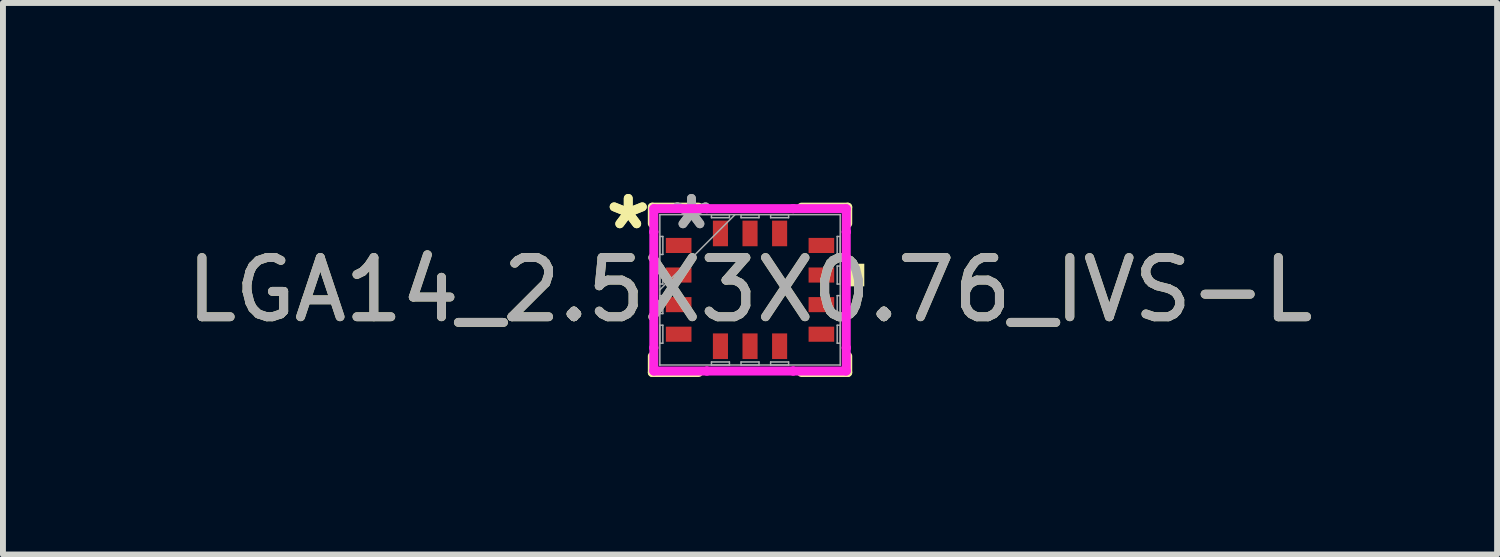
<source format=kicad_pcb>
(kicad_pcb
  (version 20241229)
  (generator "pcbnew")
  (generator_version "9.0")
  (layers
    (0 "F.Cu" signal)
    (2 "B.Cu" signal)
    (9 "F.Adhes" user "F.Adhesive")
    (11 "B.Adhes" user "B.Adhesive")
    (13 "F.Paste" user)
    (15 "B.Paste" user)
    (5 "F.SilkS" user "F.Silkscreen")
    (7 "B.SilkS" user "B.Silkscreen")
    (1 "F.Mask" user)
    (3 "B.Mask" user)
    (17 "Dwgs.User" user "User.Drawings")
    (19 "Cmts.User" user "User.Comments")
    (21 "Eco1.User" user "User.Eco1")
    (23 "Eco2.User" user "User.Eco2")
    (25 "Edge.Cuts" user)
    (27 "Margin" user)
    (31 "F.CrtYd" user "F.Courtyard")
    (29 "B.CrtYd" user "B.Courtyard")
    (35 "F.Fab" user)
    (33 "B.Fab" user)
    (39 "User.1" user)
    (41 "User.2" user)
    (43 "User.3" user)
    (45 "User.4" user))
  (footprint "LGA14_2.5X3X0.76_IVS-L"
    (layer "F.Cu")
    (at 9.625 1.848)
    (property "Reference" "LGA14_2.5X3X0.76_IVS-L" (at 0 0 0) (unlocked yes) (layer "F.SilkS") (effects (font (size 1 1) (thickness 0.15))))
    (attr smd)
    (fp_line (start -1.651 -1.397) (end -1.651 -1.12) (stroke (width 0.152) (type solid)) (layer "F.SilkS"))
    (fp_line (start -1.651 1.12) (end -1.651 1.397) (stroke (width 0.152) (type solid)) (layer "F.SilkS"))
    (fp_line (start -1.651 1.397) (end -0.87 1.397) (stroke (width 0.152) (type solid)) (layer "F.SilkS"))
    (fp_line (start -0.87 -1.397) (end -1.651 -1.397) (stroke (width 0.152) (type solid)) (layer "F.SilkS"))
    (fp_line (start 0.87 1.397) (end 1.651 1.397) (stroke (width 0.152) (type solid)) (layer "F.SilkS"))
    (fp_line (start 1.651 -1.397) (end 0.87 -1.397) (stroke (width 0.152) (type solid)) (layer "F.SilkS"))
    (fp_line (start 1.651 -1.12) (end 1.651 -1.397) (stroke (width 0.152) (type solid)) (layer "F.SilkS"))
    (fp_line (start 1.651 1.397) (end 1.651 1.12) (stroke (width 0.152) (type solid)) (layer "F.SilkS"))
    (fp_poly (pts (xy 1.931 -0.441) (xy 1.931 -0.059) (xy 1.677 -0.059) (xy 1.677 -0.441)) (stroke (width 0) (type solid)) (fill yes) (layer "F.SilkS"))
    (fp_line (start -1.626 -1.372) (end -0.729 -1.372) (stroke (width 0.152) (type solid)) (layer "F.CrtYd"))
    (fp_line (start -1.626 -0.979) (end -1.626 -1.372) (stroke (width 0.152) (type solid)) (layer "F.CrtYd"))
    (fp_line (start -1.626 -0.979) (end -1.626 -0.979) (stroke (width 0.152) (type solid)) (layer "F.CrtYd"))
    (fp_line (start -1.626 0.979) (end -1.626 -0.979) (stroke (width 0.152) (type solid)) (layer "F.CrtYd"))
    (fp_line (start -1.626 0.979) (end -1.626 0.979) (stroke (width 0.152) (type solid)) (layer "F.CrtYd"))
    (fp_line (start -1.626 1.372) (end -1.626 0.979) (stroke (width 0.152) (type solid)) (layer "F.CrtYd"))
    (fp_line (start -0.729 -1.372) (end -0.729 -1.372) (stroke (width 0.152) (type solid)) (layer "F.CrtYd"))
    (fp_line (start -0.729 -1.372) (end 0.729 -1.372) (stroke (width 0.152) (type solid)) (layer "F.CrtYd"))
    (fp_line (start -0.729 1.372) (end -1.626 1.372) (stroke (width 0.152) (type solid)) (layer "F.CrtYd"))
    (fp_line (start -0.729 1.372) (end -0.729 1.372) (stroke (width 0.152) (type solid)) (layer "F.CrtYd"))
    (fp_line (start 0.729 -1.372) (end 0.729 -1.372) (stroke (width 0.152) (type solid)) (layer "F.CrtYd"))
    (fp_line (start 0.729 -1.372) (end 1.626 -1.372) (stroke (width 0.152) (type solid)) (layer "F.CrtYd"))
    (fp_line (start 0.729 1.372) (end -0.729 1.372) (stroke (width 0.152) (type solid)) (layer "F.CrtYd"))
    (fp_line (start 0.729 1.372) (end 0.729 1.372) (stroke (width 0.152) (type solid)) (layer "F.CrtYd"))
    (fp_line (start 1.626 -1.372) (end 1.626 -0.979) (stroke (width 0.152) (type solid)) (layer "F.CrtYd"))
    (fp_line (start 1.626 -0.979) (end 1.626 -0.979) (stroke (width 0.152) (type solid)) (layer "F.CrtYd"))
    (fp_line (start 1.626 -0.979) (end 1.626 0.979) (stroke (width 0.152) (type solid)) (layer "F.CrtYd"))
    (fp_line (start 1.626 0.979) (end 1.626 0.979) (stroke (width 0.152) (type solid)) (layer "F.CrtYd"))
    (fp_line (start 1.626 0.979) (end 1.626 1.372) (stroke (width 0.152) (type solid)) (layer "F.CrtYd"))
    (fp_line (start 1.626 1.372) (end 0.729 1.372) (stroke (width 0.152) (type solid)) (layer "F.CrtYd"))
    (fp_line (start -1.524 -1.27) (end -1.524 -1.27) (stroke (width 0.025) (type solid)) (layer "F.Fab"))
    (fp_line (start -1.524 -1.27) (end -1.524 1.27) (stroke (width 0.025) (type solid)) (layer "F.Fab"))
    (fp_line (start -1.524 -0.902) (end -1.473 -0.902) (stroke (width 0.025) (type solid)) (layer "F.Fab"))
    (fp_line (start -1.524 -0.598) (end -1.524 -0.902) (stroke (width 0.025) (type solid)) (layer "F.Fab"))
    (fp_line (start -1.524 -0.402) (end -1.473 -0.402) (stroke (width 0.025) (type solid)) (layer "F.Fab"))
    (fp_line (start -1.524 -0.098) (end -1.524 -0.402) (stroke (width 0.025) (type solid)) (layer "F.Fab"))
    (fp_line (start -1.524 0) (end -0.254 -1.27) (stroke (width 0.025) (type solid)) (layer "F.Fab"))
    (fp_line (start -1.524 0.098) (end -1.473 0.098) (stroke (width 0.025) (type solid)) (layer "F.Fab"))
    (fp_line (start -1.524 0.402) (end -1.524 0.098) (stroke (width 0.025) (type solid)) (layer "F.Fab"))
    (fp_line (start -1.524 0.598) (end -1.473 0.598) (stroke (width 0.025) (type solid)) (layer "F.Fab"))
    (fp_line (start -1.524 0.902) (end -1.524 0.598) (stroke (width 0.025) (type solid)) (layer "F.Fab"))
    (fp_line (start -1.524 1.27) (end -1.524 1.27) (stroke (width 0.025) (type solid)) (layer "F.Fab"))
    (fp_line (start -1.524 1.27) (end 1.524 1.27) (stroke (width 0.025) (type solid)) (layer "F.Fab"))
    (fp_line (start -1.473 -0.902) (end -1.473 -0.598) (stroke (width 0.025) (type solid)) (layer "F.Fab"))
    (fp_line (start -1.473 -0.598) (end -1.524 -0.598) (stroke (width 0.025) (type solid)) (layer "F.Fab"))
    (fp_line (start -1.473 -0.402) (end -1.473 -0.098) (stroke (width 0.025) (type solid)) (layer "F.Fab"))
    (fp_line (start -1.473 -0.098) (end -1.524 -0.098) (stroke (width 0.025) (type solid)) (layer "F.Fab"))
    (fp_line (start -1.473 0.098) (end -1.473 0.402) (stroke (width 0.025) (type solid)) (layer "F.Fab"))
    (fp_line (start -1.473 0.402) (end -1.524 0.402) (stroke (width 0.025) (type solid)) (layer "F.Fab"))
    (fp_line (start -1.473 0.598) (end -1.473 0.902) (stroke (width 0.025) (type solid)) (layer "F.Fab"))
    (fp_line (start -1.473 0.902) (end -1.524 0.902) (stroke (width 0.025) (type solid)) (layer "F.Fab"))
    (fp_line (start -0.652 -1.27) (end -0.348 -1.27) (stroke (width 0.025) (type solid)) (layer "F.Fab"))
    (fp_line (start -0.652 -1.219) (end -0.652 -1.27) (stroke (width 0.025) (type solid)) (layer "F.Fab"))
    (fp_line (start -0.652 1.219) (end -0.348 1.219) (stroke (width 0.025) (type solid)) (layer "F.Fab"))
    (fp_line (start -0.652 1.27) (end -0.652 1.219) (stroke (width 0.025) (type solid)) (layer "F.Fab"))
    (fp_line (start -0.348 -1.27) (end -0.348 -1.219) (stroke (width 0.025) (type solid)) (layer "F.Fab"))
    (fp_line (start -0.348 -1.219) (end -0.652 -1.219) (stroke (width 0.025) (type solid)) (layer "F.Fab"))
    (fp_line (start -0.348 1.219) (end -0.348 1.27) (stroke (width 0.025) (type solid)) (layer "F.Fab"))
    (fp_line (start -0.348 1.27) (end -0.652 1.27) (stroke (width 0.025) (type solid)) (layer "F.Fab"))
    (fp_line (start -0.152 -1.27) (end 0.152 -1.27) (stroke (width 0.025) (type solid)) (layer "F.Fab"))
    (fp_line (start -0.152 -1.219) (end -0.152 -1.27) (stroke (width 0.025) (type solid)) (layer "F.Fab"))
    (fp_line (start -0.152 1.219) (end 0.152 1.219) (stroke (width 0.025) (type solid)) (layer "F.Fab"))
    (fp_line (start -0.152 1.27) (end -0.152 1.219) (stroke (width 0.025) (type solid)) (layer "F.Fab"))
    (fp_line (start 0.152 -1.27) (end 0.152 -1.219) (stroke (width 0.025) (type solid)) (layer "F.Fab"))
    (fp_line (start 0.152 -1.219) (end -0.152 -1.219) (stroke (width 0.025) (type solid)) (layer "F.Fab"))
    (fp_line (start 0.152 1.219) (end 0.152 1.27) (stroke (width 0.025) (type solid)) (layer "F.Fab"))
    (fp_line (start 0.152 1.27) (end -0.152 1.27) (stroke (width 0.025) (type solid)) (layer "F.Fab"))
    (fp_line (start 0.348 -1.27) (end 0.652 -1.27) (stroke (width 0.025) (type solid)) (layer "F.Fab"))
    (fp_line (start 0.348 -1.219) (end 0.348 -1.27) (stroke (width 0.025) (type solid)) (layer "F.Fab"))
    (fp_line (start 0.348 1.219) (end 0.652 1.219) (stroke (width 0.025) (type solid)) (layer "F.Fab"))
    (fp_line (start 0.348 1.27) (end 0.348 1.219) (stroke (width 0.025) (type solid)) (layer "F.Fab"))
    (fp_line (start 0.652 -1.27) (end 0.652 -1.219) (stroke (width 0.025) (type solid)) (layer "F.Fab"))
    (fp_line (start 0.652 -1.219) (end 0.348 -1.219) (stroke (width 0.025) (type solid)) (layer "F.Fab"))
    (fp_line (start 0.652 1.219) (end 0.652 1.27) (stroke (width 0.025) (type solid)) (layer "F.Fab"))
    (fp_line (start 0.652 1.27) (end 0.348 1.27) (stroke (width 0.025) (type solid)) (layer "F.Fab"))
    (fp_line (start 1.473 -0.902) (end 1.524 -0.902) (stroke (width 0.025) (type solid)) (layer "F.Fab"))
    (fp_line (start 1.473 -0.598) (end 1.473 -0.902) (stroke (width 0.025) (type solid)) (layer "F.Fab"))
    (fp_line (start 1.473 -0.402) (end 1.524 -0.402) (stroke (width 0.025) (type solid)) (layer "F.Fab"))
    (fp_line (start 1.473 -0.098) (end 1.473 -0.402) (stroke (width 0.025) (type solid)) (layer "F.Fab"))
    (fp_line (start 1.473 0.098) (end 1.524 0.098) (stroke (width 0.025) (type solid)) (layer "F.Fab"))
    (fp_line (start 1.473 0.402) (end 1.473 0.098) (stroke (width 0.025) (type solid)) (layer "F.Fab"))
    (fp_line (start 1.473 0.598) (end 1.524 0.598) (stroke (width 0.025) (type solid)) (layer "F.Fab"))
    (fp_line (start 1.473 0.902) (end 1.473 0.598) (stroke (width 0.025) (type solid)) (layer "F.Fab"))
    (fp_line (start 1.524 -1.27) (end -1.524 -1.27) (stroke (width 0.025) (type solid)) (layer "F.Fab"))
    (fp_line (start 1.524 -1.27) (end 1.524 -1.27) (stroke (width 0.025) (type solid)) (layer "F.Fab"))
    (fp_line (start 1.524 -0.902) (end 1.524 -0.598) (stroke (width 0.025) (type solid)) (layer "F.Fab"))
    (fp_line (start 1.524 -0.598) (end 1.473 -0.598) (stroke (width 0.025) (type solid)) (layer "F.Fab"))
    (fp_line (start 1.524 -0.402) (end 1.524 -0.098) (stroke (width 0.025) (type solid)) (layer "F.Fab"))
    (fp_line (start 1.524 -0.098) (end 1.473 -0.098) (stroke (width 0.025) (type solid)) (layer "F.Fab"))
    (fp_line (start 1.524 0.098) (end 1.524 0.402) (stroke (width 0.025) (type solid)) (layer "F.Fab"))
    (fp_line (start 1.524 0.402) (end 1.473 0.402) (stroke (width 0.025) (type solid)) (layer "F.Fab"))
    (fp_line (start 1.524 0.598) (end 1.524 0.902) (stroke (width 0.025) (type solid)) (layer "F.Fab"))
    (fp_line (start 1.524 0.902) (end 1.473 0.902) (stroke (width 0.025) (type solid)) (layer "F.Fab"))
    (fp_line (start 1.524 1.27) (end 1.524 -1.27) (stroke (width 0.025) (type solid)) (layer "F.Fab"))
    (fp_line (start 1.524 1.27) (end 1.524 1.27) (stroke (width 0.025) (type solid)) (layer "F.Fab"))
    (fp_text user "*" (at -2.058 -1 0) (layer "F.SilkS") (effects (font (size 1 1) (thickness 0.15))))
    (fp_text user "*" (at -2.058 -1 0) (unlocked yes) (layer "F.SilkS") (effects (font (size 1 1) (thickness 0.15))))
    (fp_text user "*" (at -0.99 -1 0) (layer "F.Fab") (effects (font (size 1 1) (thickness 0.15))))
    (fp_text user "*" (at -0.99 -1 0) (unlocked yes) (layer "F.Fab") (effects (font (size 1 1) (thickness 0.15))))
    (fp_text user "${REFERENCE}" (at 0 0 0) (unlocked yes) (layer "F.Fab") (effects (font (size 1 1) (thickness 0.15))))
    (pad "1" smd rect (at -1.206 -0.75 90) (size 0.255 0.433) (layers "F.Cu" "F.Mask" "F.Paste"))
    (pad "2" smd rect (at -1.206 -0.25 90) (size 0.255 0.433) (layers "F.Cu" "F.Mask" "F.Paste"))
    (pad "3" smd rect (at -1.206 0.25 90) (size 0.255 0.433) (layers "F.Cu" "F.Mask" "F.Paste"))
    (pad "4" smd rect (at -1.206 0.75 90) (size 0.255 0.433) (layers "F.Cu" "F.Mask" "F.Paste"))
    (pad "5" smd rect (at -0.5 0.953) (size 0.255 0.433) (layers "F.Cu" "F.Mask" "F.Paste"))
    (pad "6" smd rect (at 0 0.953) (size 0.255 0.433) (layers "F.Cu" "F.Mask" "F.Paste"))
    (pad "7" smd rect (at 0.5 0.953) (size 0.255 0.433) (layers "F.Cu" "F.Mask" "F.Paste"))
    (pad "8" smd rect (at 1.206 0.75 90) (size 0.255 0.433) (layers "F.Cu" "F.Mask" "F.Paste"))
    (pad "9" smd rect (at 1.206 0.25 90) (size 0.255 0.433) (layers "F.Cu" "F.Mask" "F.Paste"))
    (pad "10" smd rect (at 1.206 -0.25 90) (size 0.255 0.433) (layers "F.Cu" "F.Mask" "F.Paste"))
    (pad "11" smd rect (at 1.206 -0.75 90) (size 0.255 0.433) (layers "F.Cu" "F.Mask" "F.Paste"))
    (pad "12" smd rect (at 0.5 -0.953) (size 0.255 0.433) (layers "F.Cu" "F.Mask" "F.Paste"))
    (pad "13" smd rect (at 0 -0.953) (size 0.255 0.433) (layers "F.Cu" "F.Mask" "F.Paste"))
    (pad "14" smd rect (at -0.5 -0.953) (size 0.255 0.433) (layers "F.Cu" "F.Mask" "F.Paste")))
  (gr_rect
    (start -3 -3)
    (end 22.25 6.321)
    (stroke (width 0.1) (type default))
    (fill no)
    (layer "Edge.Cuts")))
</source>
